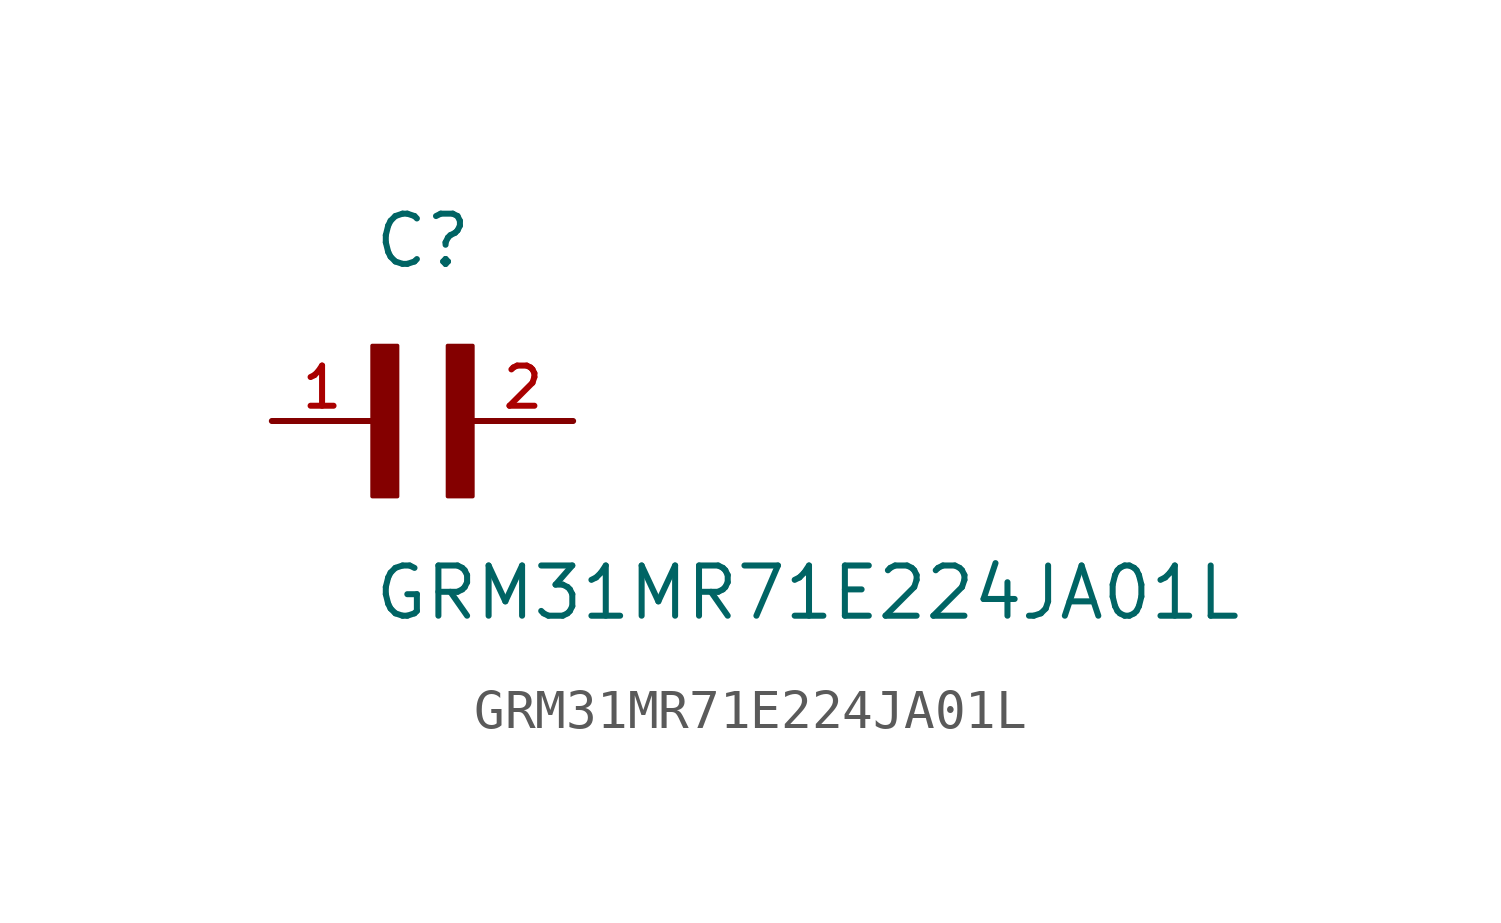
<source format=kicad_sym>
(kicad_symbol_lib
  (version 20211014)
  (generator kicad_symbol_editor)
  (symbol "GRM31MR71E224JA01L"
    (pin_names
      (offset 1.016))
    (property "Reference" "C"
      (at 0.0 3.811 0)
      (effects (font (size 1.27 1.27)) (justify bottom left)))
    (property "Value" "GRM31MR71E224JA01L"
      (at 0.0 -5.088 0)
      (effects (font (size 1.27 1.27)) (justify bottom left)))
    (symbol "GRM31MR71E224JA01L_0_0"
      (rectangle (start 0.0 -1.907) (end 0.635 1.905) (stroke (width 0.1)) (fill (type outline)))
      (rectangle (start 1.907 -1.907) (end 2.54 1.905) (stroke (width 0.1)) (fill (type outline)))
      (pin passive line (at 5.08 0.0 180.0) (length 2.54) (name "~" (effects (font (size 1.016 1.016)))) (number "2" (effects (font (size 1.016 1.016)))))
      (pin passive line (at -2.54 0.0 0) (length 2.54) (name "~" (effects (font (size 1.016 1.016)))) (number "1" (effects (font (size 1.016 1.016))))))))
</source>
